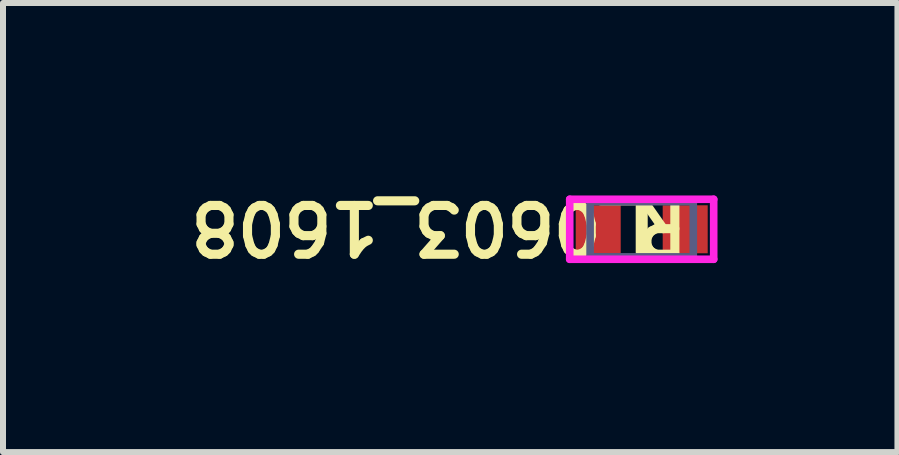
<source format=kicad_pcb>
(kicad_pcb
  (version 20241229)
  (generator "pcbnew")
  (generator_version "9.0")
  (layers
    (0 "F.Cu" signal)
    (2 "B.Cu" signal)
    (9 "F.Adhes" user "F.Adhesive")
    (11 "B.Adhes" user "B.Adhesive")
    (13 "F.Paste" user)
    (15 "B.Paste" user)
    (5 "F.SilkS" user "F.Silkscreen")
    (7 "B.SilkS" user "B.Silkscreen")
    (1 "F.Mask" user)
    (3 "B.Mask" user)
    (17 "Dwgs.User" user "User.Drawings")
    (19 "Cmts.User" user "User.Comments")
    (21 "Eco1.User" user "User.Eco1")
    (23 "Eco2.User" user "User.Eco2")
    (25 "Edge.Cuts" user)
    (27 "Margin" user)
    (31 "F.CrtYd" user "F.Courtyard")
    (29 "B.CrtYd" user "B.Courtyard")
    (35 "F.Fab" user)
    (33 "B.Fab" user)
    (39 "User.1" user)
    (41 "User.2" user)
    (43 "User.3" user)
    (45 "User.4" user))
  (footprint "R_0603_1608"
    (layer "F.Cu")
    (at 7.647 0.772)
    (property "Reference" "R_0603_1608" (at -3.377 -0.029 180) (unlocked yes) (layer "F.SilkS") (effects (font (size 0.813 0.813) (thickness 0.152))))
    (attr smd)
    (fp_line (start 0 -0.381) (end 0 0.381) (stroke (width 0.2) (type solid)) (layer "F.SilkS"))
    (fp_line (start -1.2 -0.5) (end -1.2 0.5) (stroke (width 0.127) (type solid)) (layer "F.CrtYd"))
    (fp_line (start 1.2 -0.5) (end -1.2 -0.5) (stroke (width 0.127) (type solid)) (layer "F.CrtYd"))
    (fp_line (start 1.2 -0.5) (end 1.2 0.5) (stroke (width 0.127) (type solid)) (layer "F.CrtYd"))
    (fp_line (start 1.2 0.5) (end -1.2 0.5) (stroke (width 0.127) (type solid)) (layer "F.CrtYd"))
    (fp_line (start -0.86 -0.46) (end -0.86 0.46) (stroke (width 0.127) (type solid)) (layer "B.Fab"))
    (fp_line (start 0.86 -0.46) (end -0.86 -0.46) (stroke (width 0.127) (type solid)) (layer "B.Fab"))
    (fp_line (start 0.86 -0.46) (end 0.86 0.46) (stroke (width 0.127) (type solid)) (layer "B.Fab"))
    (fp_line (start 0.86 0.46) (end -0.86 0.46) (stroke (width 0.127) (type solid)) (layer "B.Fab"))
    (pad "1" smd rect (at -0.725 0 90) (size 0.8 0.75) (layers "F.Cu" "F.Mask" "F.Paste"))
    (pad "2" smd rect (at 0.725 0 90) (size 0.8 0.75) (layers "F.Cu" "F.Mask" "F.Paste")))
  (gr_rect
    (start -3 -3)
    (end 11.91 4.486)
    (stroke (width 0.1) (type default))
    (fill no)
    (layer "Edge.Cuts")))
</source>
